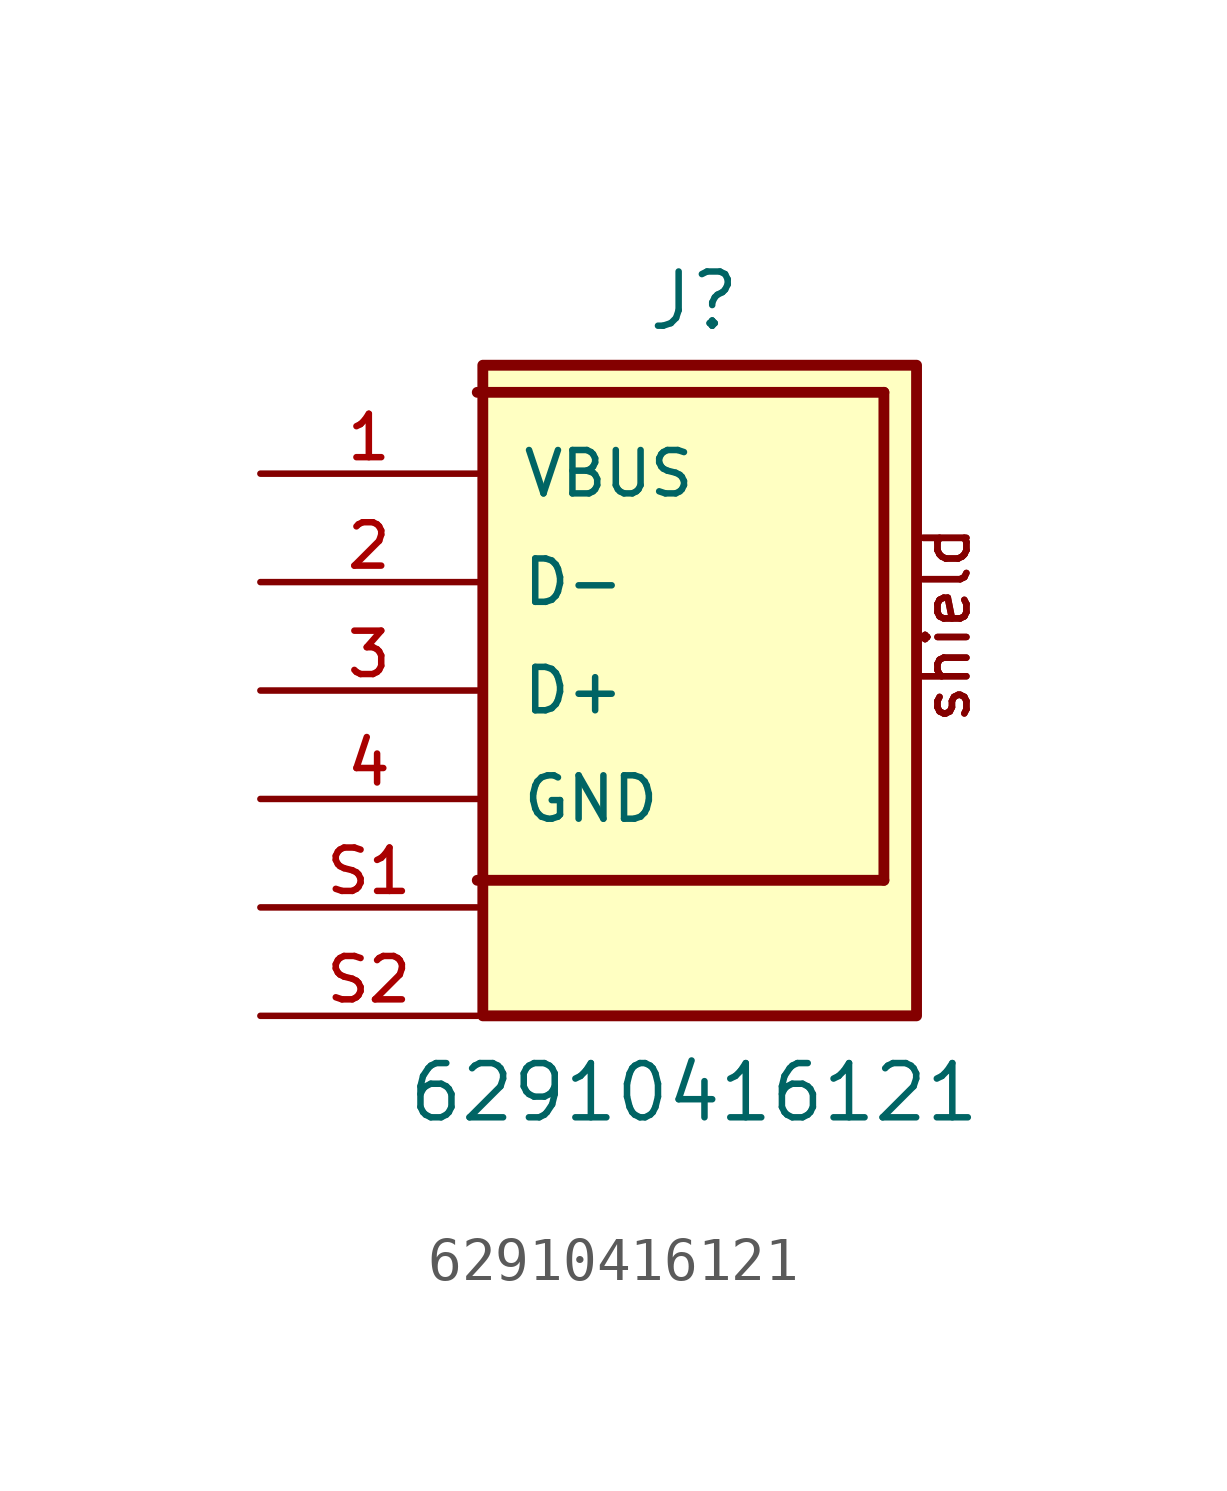
<source format=kicad_sym>
(kicad_symbol_lib
  (version 20211014)
  (generator kicad_symbol_editor)
  (symbol "62910416121"
    (pin_names
      (offset 1.016))
    (property "Reference" "J"
      (at 0.0 5.842 0)
      (effects (font (size 1.27 1.27)) (justify bottom)))
    (property "Value" "62910416121"
      (at 0.0 -12.7 0)
      (effects (font (size 1.27 1.27)) (justify bottom)))
    (symbol "62910416121_0_0"
      (text "shield" (at 6.51 -3.37 900) (effects (font (size 1.016 1.016)) (justify bottom left)))
      (text "shield" (at 6.51 -3.37 900) (effects (font (size 1.016 1.016)) (justify bottom left)))
      (polyline (pts (xy -5.08 4.445) (xy 4.445 4.445)) (stroke (width 0.254)))
      (polyline (pts (xy 4.445 -6.985) (xy -5.08 -6.985)) (stroke (width 0.254)))
      (polyline (pts (xy 4.445 4.445) (xy 4.445 -6.985)) (stroke (width 0.254)))
      (rectangle (start -4.95 -10.16) (end 5.21 5.08) (stroke (width 0.254)) (fill (type background)))
      (pin passive line (at -10.16 -5.08 0) (length 5.08) (name "GND" (effects (font (size 1.016 1.016)))) (number "4" (effects (font (size 1.016 1.016)))))
      (pin passive line (at -10.16 -2.54 0) (length 5.08) (name "D+" (effects (font (size 1.016 1.016)))) (number "3" (effects (font (size 1.016 1.016)))))
      (pin passive line (at -10.16 0.0 0) (length 5.08) (name "D-" (effects (font (size 1.016 1.016)))) (number "2" (effects (font (size 1.016 1.016)))))
      (pin passive line (at -10.16 2.54 0) (length 5.08) (name "VBUS" (effects (font (size 1.016 1.016)))) (number "1" (effects (font (size 1.016 1.016)))))
      (pin passive line (at -10.16 -7.62 0) (length 5.08) (name "~" (effects (font (size 1.016 1.016)))) (number "S1" (effects (font (size 1.016 1.016)))))
      (pin passive line (at -10.16 -10.16 0) (length 5.08) (name "~" (effects (font (size 1.016 1.016)))) (number "S2" (effects (font (size 1.016 1.016))))))))
</source>
